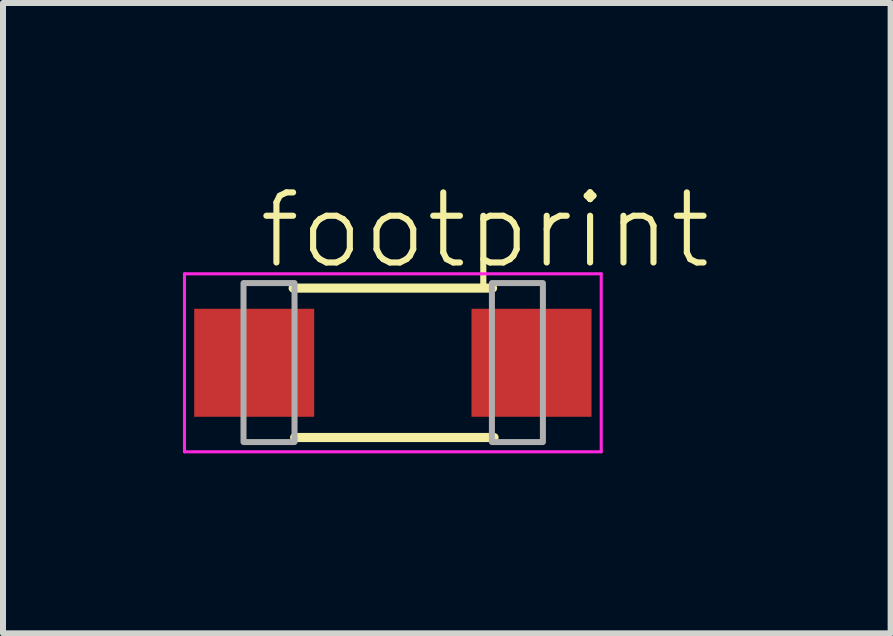
<source format=kicad_pcb>
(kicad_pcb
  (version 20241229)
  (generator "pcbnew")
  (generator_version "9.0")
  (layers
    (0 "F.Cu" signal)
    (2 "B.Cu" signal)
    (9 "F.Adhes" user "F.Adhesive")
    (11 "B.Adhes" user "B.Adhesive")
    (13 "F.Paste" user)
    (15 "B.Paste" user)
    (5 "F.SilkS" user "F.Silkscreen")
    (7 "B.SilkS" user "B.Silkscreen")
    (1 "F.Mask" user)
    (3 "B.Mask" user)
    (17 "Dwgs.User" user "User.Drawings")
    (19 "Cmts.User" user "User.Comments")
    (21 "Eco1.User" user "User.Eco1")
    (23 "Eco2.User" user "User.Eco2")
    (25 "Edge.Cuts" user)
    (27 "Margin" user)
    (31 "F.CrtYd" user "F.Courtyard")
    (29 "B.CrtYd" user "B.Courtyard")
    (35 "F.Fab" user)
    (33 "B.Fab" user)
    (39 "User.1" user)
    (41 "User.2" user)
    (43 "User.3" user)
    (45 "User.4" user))
  (footprint "footprint"
    (layer "F.Cu")
    (at 3.498 2.997)
    (property "Reference" "footprint" (at -2.286 -1.524 0) (layer "F.SilkS") (effects (font (size 1.168 1.168) (thickness 0.102)) (justify left bottom)))
    (fp_line (start -1.662 -1.245) (end 1.662 -1.245) (stroke (width 0.152) (type solid)) (layer "F.SilkS"))
    (fp_line (start -1.637 1.245) (end 1.687 1.245) (stroke (width 0.152) (type solid)) (layer "F.SilkS"))
    (fp_line (start -3.473 -1.483) (end 3.473 -1.483) (stroke (width 0.051) (type solid)) (layer "F.CrtYd"))
    (fp_line (start -3.473 1.483) (end -3.473 -1.483) (stroke (width 0.051) (type solid)) (layer "F.CrtYd"))
    (fp_line (start 3.473 -1.483) (end 3.473 1.483) (stroke (width 0.051) (type solid)) (layer "F.CrtYd"))
    (fp_line (start 3.473 1.483) (end -3.473 1.483) (stroke (width 0.051) (type solid)) (layer "F.CrtYd"))
    (fp_poly (pts (xy -2.489 1.321) (xy -1.639 1.321) (xy -1.639 -1.329) (xy -2.489 -1.329)) (stroke (width 0.1) (type solid)) (fill no) (layer "F.Fab"))
    (fp_poly (pts (xy 1.651 1.321) (xy 2.501 1.321) (xy 2.501 -1.329) (xy 1.651 -1.329)) (stroke (width 0.1) (type solid)) (fill no) (layer "F.Fab"))
    (pad "1" smd rect (at -2.311 0) (size 2 1.8) (layers "F.Cu" "F.Mask" "F.Paste"))
    (pad "2" smd rect (at 2.311 0) (size 2 1.8) (layers "F.Cu" "F.Mask" "F.Paste")))
  (gr_rect
    (start -3 -3)
    (end 11.795 7.506)
    (stroke (width 0.1) (type default))
    (fill no)
    (layer "Edge.Cuts")))
</source>
